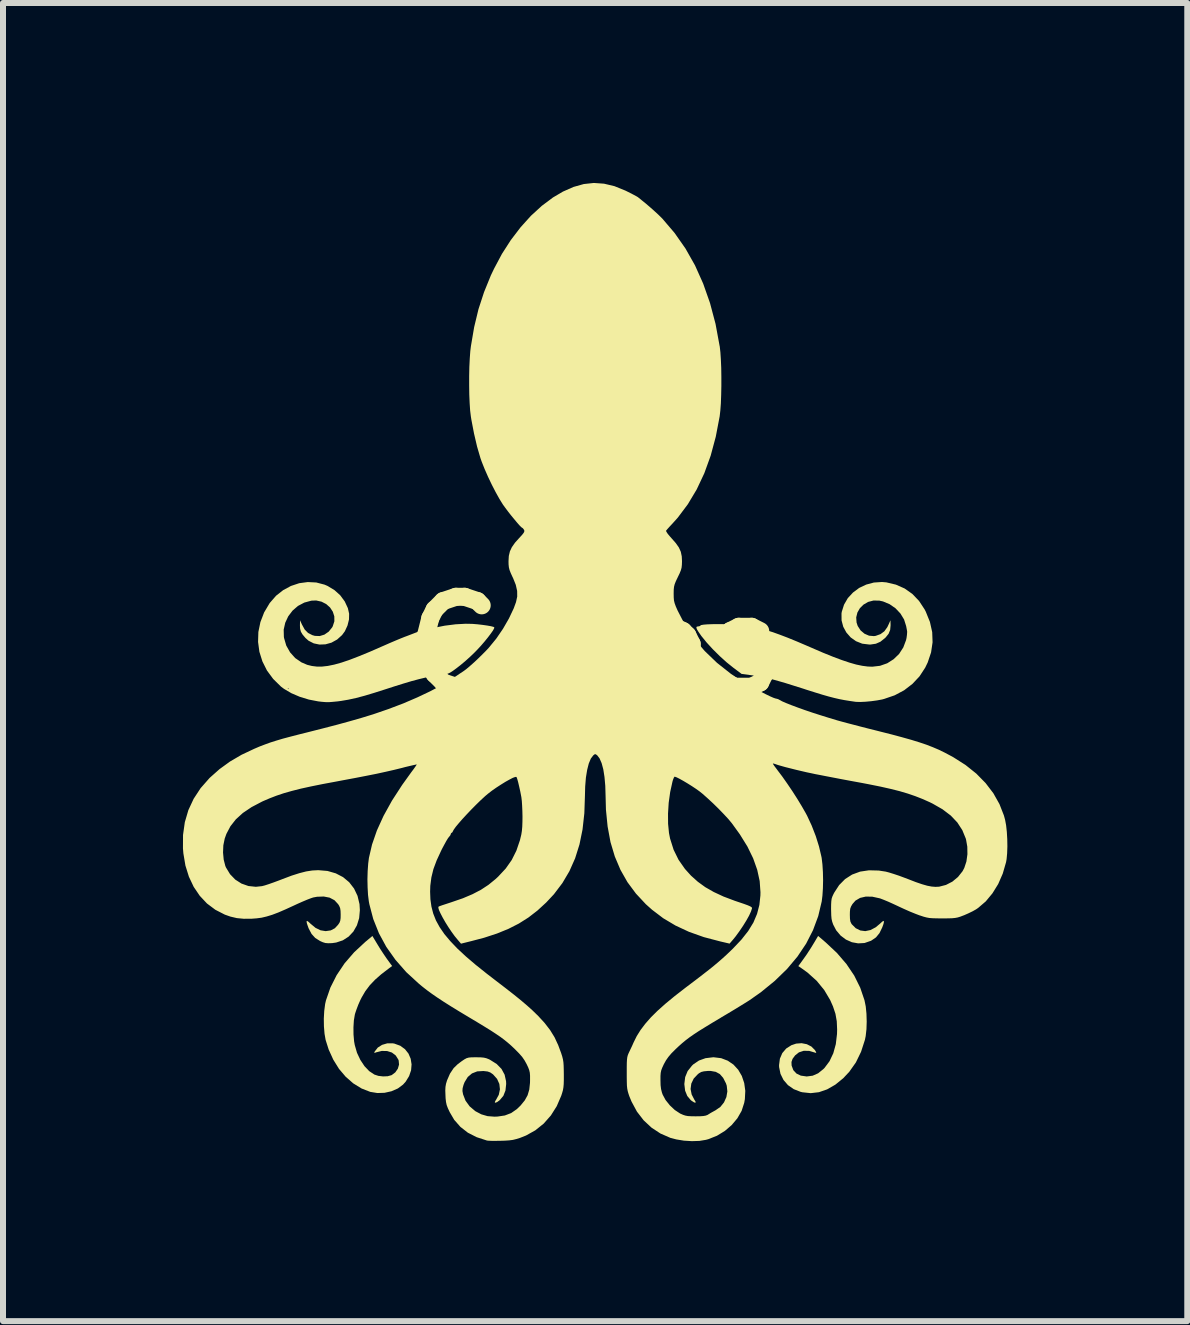
<source format=kicad_pcb>
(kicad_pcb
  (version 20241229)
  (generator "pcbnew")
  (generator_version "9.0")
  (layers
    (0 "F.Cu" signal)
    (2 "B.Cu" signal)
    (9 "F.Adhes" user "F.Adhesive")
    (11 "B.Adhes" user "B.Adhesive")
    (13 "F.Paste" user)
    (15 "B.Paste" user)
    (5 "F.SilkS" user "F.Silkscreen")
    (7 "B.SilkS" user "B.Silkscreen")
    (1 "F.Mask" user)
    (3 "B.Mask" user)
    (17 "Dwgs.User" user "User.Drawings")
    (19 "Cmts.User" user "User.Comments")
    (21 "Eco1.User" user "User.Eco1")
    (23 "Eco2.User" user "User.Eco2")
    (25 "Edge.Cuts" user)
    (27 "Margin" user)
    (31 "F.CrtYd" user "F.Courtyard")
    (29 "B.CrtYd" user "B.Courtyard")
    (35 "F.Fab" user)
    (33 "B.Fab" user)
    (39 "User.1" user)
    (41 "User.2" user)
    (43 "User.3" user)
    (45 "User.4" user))
  (footprint "Cetos"
    (layer "F.Cu")
    (at 6.873 7.72)
    (property "Reference" "Cetos" (at 0 0 0) (layer "F.SilkS") (effects (font (size 1.5 1.5) (thickness 0.3))))
    (attr board_only exclude_from_pos_files exclude_from_bom)
    (fp_poly (pts (xy 3.839 4.938) (xy 4.028 5.115) (xy 4.187 5.3) (xy 4.317 5.493) (xy 4.417 5.695) (xy 4.488 5.904) (xy 4.509 6.007) (xy 4.521 6.129) (xy 4.525 6.259) (xy 4.521 6.387) (xy 4.508 6.502) (xy 4.495 6.565) (xy 4.431 6.763) (xy 4.345 6.94) (xy 4.236 7.095) (xy 4.134 7.204) (xy 4.001 7.312) (xy 3.865 7.39) (xy 3.729 7.437) (xy 3.591 7.453) (xy 3.452 7.438) (xy 3.423 7.431) (xy 3.308 7.386) (xy 3.212 7.319) (xy 3.138 7.233) (xy 3.088 7.132) (xy 3.065 7.019) (xy 3.064 6.986) (xy 3.078 6.878) (xy 3.118 6.785) (xy 3.183 6.709) (xy 3.269 6.654) (xy 3.349 6.627) (xy 3.44 6.62) (xy 3.527 6.637) (xy 3.603 6.676) (xy 3.661 6.734) (xy 3.675 6.757) (xy 3.685 6.779) (xy 3.674 6.781) (xy 3.663 6.777) (xy 3.565 6.748) (xy 3.474 6.747) (xy 3.395 6.773) (xy 3.331 6.824) (xy 3.289 6.881) (xy 3.271 6.933) (xy 3.273 6.991) (xy 3.274 6.995) (xy 3.302 7.07) (xy 3.354 7.126) (xy 3.427 7.161) (xy 3.519 7.174) (xy 3.524 7.175) (xy 3.624 7.162) (xy 3.715 7.122) (xy 3.801 7.053) (xy 3.822 7.032) (xy 3.905 6.921) (xy 3.968 6.788) (xy 4.01 6.636) (xy 4.03 6.467) (xy 4.032 6.393) (xy 4.026 6.255) (xy 4.004 6.13) (xy 3.963 6.007) (xy 3.916 5.901) (xy 3.817 5.734) (xy 3.691 5.58) (xy 3.536 5.441) (xy 3.423 5.36) (xy 3.385 5.335) (xy 3.447 5.25) (xy 3.523 5.143) (xy 3.596 5.031) (xy 3.658 4.929) (xy 3.715 4.832)) (stroke (width 0) (type solid)) (fill yes) (layer "F.SilkS"))
    (fp_poly (pts (xy -3.629 4.976) (xy -3.583 5.051) (xy -3.531 5.13) (xy -3.483 5.201) (xy -3.465 5.226) (xy -3.386 5.334) (xy -3.432 5.367) (xy -3.564 5.468) (xy -3.672 5.563) (xy -3.76 5.656) (xy -3.833 5.753) (xy -3.895 5.859) (xy -3.916 5.901) (xy -3.949 5.975) (xy -3.979 6.054) (xy -4.002 6.122) (xy -4.008 6.144) (xy -4.024 6.24) (xy -4.031 6.355) (xy -4.03 6.475) (xy -4.02 6.59) (xy -4.009 6.651) (xy -3.972 6.78) (xy -3.916 6.899) (xy -3.847 7.003) (xy -3.768 7.086) (xy -3.682 7.143) (xy -3.615 7.165) (xy -3.537 7.174) (xy -3.461 7.171) (xy -3.399 7.154) (xy -3.392 7.151) (xy -3.333 7.106) (xy -3.291 7.045) (xy -3.271 6.977) (xy -3.277 6.91) (xy -3.282 6.895) (xy -3.326 6.825) (xy -3.39 6.776) (xy -3.469 6.751) (xy -3.559 6.749) (xy -3.654 6.773) (xy -3.663 6.777) (xy -3.683 6.782) (xy -3.682 6.769) (xy -3.675 6.757) (xy -3.625 6.693) (xy -3.554 6.648) (xy -3.469 6.623) (xy -3.378 6.622) (xy -3.349 6.627) (xy -3.25 6.663) (xy -3.172 6.72) (xy -3.114 6.793) (xy -3.077 6.879) (xy -3.062 6.973) (xy -3.07 7.071) (xy -3.103 7.168) (xy -3.16 7.261) (xy -3.205 7.311) (xy -3.291 7.375) (xy -3.396 7.421) (xy -3.512 7.447) (xy -3.632 7.451) (xy -3.748 7.432) (xy -3.75 7.432) (xy -3.896 7.375) (xy -4.034 7.29) (xy -4.16 7.18) (xy -4.272 7.048) (xy -4.367 6.895) (xy -4.444 6.726) (xy -4.495 6.565) (xy -4.513 6.463) (xy -4.523 6.341) (xy -4.525 6.211) (xy -4.518 6.083) (xy -4.503 5.967) (xy -4.489 5.906) (xy -4.415 5.692) (xy -4.311 5.486) (xy -4.179 5.289) (xy -4.019 5.104) (xy -3.832 4.93) (xy -3.823 4.923) (xy -3.715 4.833)) (stroke (width 0) (type solid)) (fill yes) (layer "F.SilkS"))
    (fp_poly (pts (xy 4.852 -1.062) (xy 5.012 -1.024) (xy 5.157 -0.96) (xy 5.286 -0.869) (xy 5.397 -0.753) (xy 5.49 -0.612) (xy 5.51 -0.573) (xy 5.579 -0.402) (xy 5.617 -0.232) (xy 5.623 -0.063) (xy 5.598 0.106) (xy 5.542 0.273) (xy 5.5 0.36) (xy 5.406 0.504) (xy 5.288 0.63) (xy 5.149 0.737) (xy 4.991 0.821) (xy 4.816 0.881) (xy 4.783 0.89) (xy 4.697 0.906) (xy 4.601 0.919) (xy 4.504 0.928) (xy 4.416 0.932) (xy 4.347 0.93) (xy 4.338 0.929) (xy 4.242 0.915) (xy 4.155 0.901) (xy 4.071 0.885) (xy 3.985 0.865) (xy 3.892 0.841) (xy 3.787 0.811) (xy 3.664 0.773) (xy 3.518 0.727) (xy 3.47 0.711) (xy 3.308 0.66) (xy 3.171 0.617) (xy 3.054 0.583) (xy 2.953 0.555) (xy 2.863 0.533) (xy 2.778 0.515) (xy 2.696 0.5) (xy 2.622 0.489) (xy 2.439 0.464) (xy 2.302 0.361) (xy 2.191 0.272) (xy 2.075 0.167) (xy 1.961 0.054) (xy 1.857 -0.059) (xy 1.772 -0.164) (xy 1.768 -0.169) (xy 1.722 -0.235) (xy 1.694 -0.281) (xy 1.685 -0.309) (xy 1.693 -0.324) (xy 1.718 -0.328) (xy 1.72 -0.328) (xy 1.745 -0.334) (xy 1.751 -0.341) (xy 1.765 -0.35) (xy 1.807 -0.357) (xy 1.869 -0.362) (xy 1.949 -0.365) (xy 2.04 -0.366) (xy 2.138 -0.365) (xy 2.238 -0.362) (xy 2.336 -0.357) (xy 2.426 -0.351) (xy 2.504 -0.342) (xy 2.54 -0.336) (xy 2.646 -0.316) (xy 2.749 -0.293) (xy 2.852 -0.265) (xy 2.961 -0.231) (xy 3.078 -0.189) (xy 3.209 -0.139) (xy 3.358 -0.078) (xy 3.529 -0.005) (xy 3.603 0.027) (xy 3.795 0.11) (xy 3.963 0.178) (xy 4.11 0.233) (xy 4.238 0.276) (xy 4.35 0.308) (xy 4.451 0.329) (xy 4.542 0.341) (xy 4.618 0.344) (xy 4.747 0.329) (xy 4.867 0.287) (xy 4.974 0.219) (xy 5.065 0.131) (xy 5.135 0.023) (xy 5.181 -0.099) (xy 5.189 -0.135) (xy 5.196 -0.187) (xy 5.199 -0.23) (xy 5.199 -0.245) (xy 5.193 -0.279) (xy 5.184 -0.326) (xy 5.182 -0.335) (xy 5.148 -0.443) (xy 5.087 -0.543) (xy 5.005 -0.63) (xy 4.907 -0.698) (xy 4.797 -0.744) (xy 4.734 -0.758) (xy 4.637 -0.759) (xy 4.549 -0.736) (xy 4.473 -0.692) (xy 4.412 -0.632) (xy 4.37 -0.559) (xy 4.35 -0.478) (xy 4.356 -0.392) (xy 4.375 -0.335) (xy 4.423 -0.261) (xy 4.488 -0.206) (xy 4.564 -0.173) (xy 4.645 -0.166) (xy 4.674 -0.17) (xy 4.755 -0.199) (xy 4.819 -0.246) (xy 4.869 -0.316) (xy 4.89 -0.36) (xy 4.921 -0.43) (xy 4.923 -0.347) (xy 4.916 -0.269) (xy 4.89 -0.205) (xy 4.841 -0.144) (xy 4.827 -0.131) (xy 4.753 -0.072) (xy 4.678 -0.039) (xy 4.591 -0.026) (xy 4.564 -0.026) (xy 4.45 -0.04) (xy 4.347 -0.081) (xy 4.258 -0.144) (xy 4.186 -0.226) (xy 4.134 -0.322) (xy 4.106 -0.428) (xy 4.105 -0.542) (xy 4.109 -0.57) (xy 4.147 -0.69) (xy 4.21 -0.799) (xy 4.296 -0.892) (xy 4.399 -0.969) (xy 4.517 -1.025) (xy 4.644 -1.059) (xy 4.779 -1.068)) (stroke (width 0) (type solid)) (fill yes) (layer "F.SilkS"))
    (fp_poly (pts (xy -4.651 -1.06) (xy -4.513 -1.024) (xy -4.462 -1.002) (xy -4.349 -0.934) (xy -4.252 -0.847) (xy -4.176 -0.744) (xy -4.124 -0.632) (xy -4.103 -0.539) (xy -4.105 -0.444) (xy -4.13 -0.343) (xy -4.174 -0.247) (xy -4.221 -0.183) (xy -4.303 -0.109) (xy -4.397 -0.057) (xy -4.497 -0.029) (xy -4.597 -0.025) (xy -4.693 -0.045) (xy -4.779 -0.089) (xy -4.831 -0.135) (xy -4.879 -0.192) (xy -4.907 -0.239) (xy -4.92 -0.287) (xy -4.923 -0.343) (xy -4.921 -0.43) (xy -4.89 -0.36) (xy -4.844 -0.276) (xy -4.788 -0.219) (xy -4.716 -0.182) (xy -4.674 -0.17) (xy -4.593 -0.167) (xy -4.515 -0.191) (xy -4.444 -0.24) (xy -4.387 -0.31) (xy -4.376 -0.33) (xy -4.349 -0.413) (xy -4.35 -0.495) (xy -4.375 -0.573) (xy -4.421 -0.643) (xy -4.485 -0.7) (xy -4.563 -0.74) (xy -4.652 -0.76) (xy -4.732 -0.757) (xy -4.85 -0.725) (xy -4.956 -0.669) (xy -5.046 -0.591) (xy -5.118 -0.496) (xy -5.168 -0.389) (xy -5.194 -0.274) (xy -5.191 -0.154) (xy -5.188 -0.135) (xy -5.151 -0.008) (xy -5.087 0.105) (xy -5.002 0.2) (xy -4.897 0.272) (xy -4.801 0.313) (xy -4.723 0.332) (xy -4.642 0.342) (xy -4.555 0.342) (xy -4.458 0.331) (xy -4.351 0.309) (xy -4.229 0.275) (xy -4.091 0.228) (xy -3.933 0.167) (xy -3.753 0.093) (xy -3.55 0.004) (xy -3.529 -0.005) (xy -3.436 -0.046) (xy -3.34 -0.087) (xy -3.249 -0.125) (xy -3.174 -0.155) (xy -3.154 -0.162) (xy -3.086 -0.188) (xy -3.024 -0.212) (xy -2.977 -0.23) (xy -2.962 -0.236) (xy -2.922 -0.251) (xy -2.892 -0.26) (xy -2.868 -0.264) (xy -2.82 -0.275) (xy -2.757 -0.289) (xy -2.696 -0.303) (xy -2.508 -0.34) (xy -2.327 -0.363) (xy -2.16 -0.372) (xy -2.051 -0.37) (xy -1.964 -0.363) (xy -1.878 -0.353) (xy -1.801 -0.342) (xy -1.739 -0.331) (xy -1.697 -0.32) (xy -1.683 -0.313) (xy -1.686 -0.295) (xy -1.706 -0.258) (xy -1.742 -0.207) (xy -1.789 -0.145) (xy -1.845 -0.076) (xy -1.906 -0.005) (xy -1.97 0.064) (xy -2.015 0.11) (xy -2.087 0.179) (xy -2.167 0.251) (xy -2.246 0.317) (xy -2.305 0.363) (xy -2.37 0.411) (xy -2.418 0.442) (xy -2.458 0.461) (xy -2.496 0.472) (xy -2.531 0.477) (xy -2.633 0.49) (xy -2.732 0.506) (xy -2.833 0.526) (xy -2.941 0.552) (xy -3.061 0.584) (xy -3.198 0.625) (xy -3.355 0.674) (xy -3.494 0.719) (xy -3.682 0.779) (xy -3.845 0.828) (xy -3.989 0.866) (xy -4.117 0.894) (xy -4.234 0.914) (xy -4.293 0.922) (xy -4.376 0.93) (xy -4.44 0.935) (xy -4.498 0.934) (xy -4.56 0.929) (xy -4.619 0.922) (xy -4.774 0.892) (xy -4.925 0.846) (xy -5.065 0.786) (xy -5.186 0.715) (xy -5.192 0.711) (xy -5.127 0.711) (xy -5.119 0.719) (xy -5.111 0.711) (xy -5.119 0.703) (xy -5.127 0.711) (xy -5.192 0.711) (xy -5.24 0.675) (xy -5.369 0.548) (xy -5.473 0.407) (xy -5.549 0.255) (xy -5.599 0.095) (xy -5.621 -0.069) (xy -5.616 -0.235) (xy -5.582 -0.4) (xy -5.52 -0.561) (xy -5.429 -0.714) (xy -5.422 -0.723) (xy -5.321 -0.839) (xy -5.203 -0.932) (xy -5.073 -1.002) (xy -4.935 -1.048) (xy -4.793 -1.067)) (stroke (width 0) (type solid)) (fill yes) (layer "F.SilkS"))
    (fp_poly (pts (xy 0.146 -7.708) (xy 0.319 -7.667) (xy 0.497 -7.595) (xy 0.512 -7.588) (xy 0.582 -7.553) (xy 0.644 -7.521) (xy 0.69 -7.496) (xy 0.715 -7.481) (xy 0.715 -7.48) (xy 0.845 -7.375) (xy 0.957 -7.278) (xy 1.05 -7.193) (xy 1.118 -7.126) (xy 1.322 -6.887) (xy 1.504 -6.627) (xy 1.663 -6.346) (xy 1.799 -6.042) (xy 1.913 -5.718) (xy 2.005 -5.371) (xy 2.073 -5.003) (xy 2.075 -4.996) (xy 2.086 -4.898) (xy 2.094 -4.776) (xy 2.1 -4.637) (xy 2.102 -4.488) (xy 2.102 -4.335) (xy 2.099 -4.186) (xy 2.094 -4.047) (xy 2.085 -3.926) (xy 2.074 -3.83) (xy 2.009 -3.49) (xy 1.924 -3.174) (xy 1.818 -2.881) (xy 1.691 -2.611) (xy 1.543 -2.364) (xy 1.375 -2.14) (xy 1.286 -2.041) (xy 1.242 -1.994) (xy 1.206 -1.954) (xy 1.184 -1.928) (xy 1.18 -1.922) (xy 1.186 -1.905) (xy 1.209 -1.87) (xy 1.246 -1.826) (xy 1.27 -1.799) (xy 1.343 -1.716) (xy 1.394 -1.643) (xy 1.426 -1.572) (xy 1.442 -1.495) (xy 1.446 -1.415) (xy 1.444 -1.354) (xy 1.439 -1.307) (xy 1.427 -1.263) (xy 1.406 -1.211) (xy 1.376 -1.149) (xy 1.344 -1.082) (xy 1.324 -1.032) (xy 1.313 -0.988) (xy 1.308 -0.94) (xy 1.307 -0.878) (xy 1.307 -0.875) (xy 1.308 -0.811) (xy 1.312 -0.761) (xy 1.323 -0.715) (xy 1.343 -0.66) (xy 1.371 -0.596) (xy 1.495 -0.355) (xy 1.645 -0.129) (xy 1.824 0.082) (xy 2.03 0.28) (xy 2.263 0.464) (xy 2.445 0.585) (xy 2.514 0.627) (xy 2.594 0.672) (xy 2.679 0.719) (xy 2.764 0.763) (xy 2.845 0.804) (xy 2.915 0.838) (xy 2.97 0.862) (xy 3.005 0.874) (xy 3.012 0.875) (xy 3.047 0.884) (xy 3.073 0.898) (xy 3.113 0.92) (xy 3.179 0.949) (xy 3.267 0.984) (xy 3.374 1.024) (xy 3.494 1.067) (xy 3.624 1.111) (xy 3.761 1.155) (xy 3.899 1.198) (xy 4.035 1.239) (xy 4.046 1.242) (xy 4.111 1.26) (xy 4.2 1.284) (xy 4.308 1.312) (xy 4.43 1.344) (xy 4.559 1.377) (xy 4.691 1.41) (xy 4.738 1.422) (xy 4.94 1.473) (xy 5.115 1.52) (xy 5.268 1.563) (xy 5.401 1.604) (xy 5.52 1.644) (xy 5.628 1.686) (xy 5.729 1.729) (xy 5.827 1.777) (xy 5.925 1.829) (xy 5.969 1.853) (xy 6.172 1.982) (xy 6.352 2.126) (xy 6.507 2.284) (xy 6.636 2.453) (xy 6.738 2.634) (xy 6.812 2.823) (xy 6.832 2.896) (xy 6.849 2.988) (xy 6.861 3.098) (xy 6.868 3.219) (xy 6.87 3.341) (xy 6.866 3.455) (xy 6.857 3.553) (xy 6.848 3.603) (xy 6.793 3.793) (xy 6.717 3.967) (xy 6.621 4.122) (xy 6.51 4.256) (xy 6.383 4.365) (xy 6.348 4.389) (xy 6.291 4.421) (xy 6.219 4.456) (xy 6.146 4.488) (xy 6.137 4.491) (xy 6.085 4.511) (xy 6.042 4.524) (xy 6 4.532) (xy 5.951 4.537) (xy 5.887 4.539) (xy 5.802 4.54) (xy 5.783 4.54) (xy 5.692 4.539) (xy 5.624 4.537) (xy 5.57 4.533) (xy 5.522 4.524) (xy 5.473 4.511) (xy 5.413 4.491) (xy 5.408 4.49) (xy 5.337 4.463) (xy 5.248 4.427) (xy 5.153 4.385) (xy 5.062 4.343) (xy 5.052 4.338) (xy 4.968 4.299) (xy 4.884 4.261) (xy 4.809 4.23) (xy 4.752 4.208) (xy 4.742 4.205) (xy 4.619 4.178) (xy 4.51 4.176) (xy 4.415 4.198) (xy 4.338 4.243) (xy 4.288 4.3) (xy 4.264 4.341) (xy 4.25 4.379) (xy 4.245 4.428) (xy 4.244 4.48) (xy 4.246 4.546) (xy 4.253 4.592) (xy 4.269 4.626) (xy 4.276 4.637) (xy 4.342 4.703) (xy 4.418 4.741) (xy 4.501 4.752) (xy 4.588 4.734) (xy 4.675 4.688) (xy 4.748 4.627) (xy 4.786 4.592) (xy 4.807 4.581) (xy 4.813 4.595) (xy 4.804 4.635) (xy 4.784 4.69) (xy 4.738 4.785) (xy 4.68 4.856) (xy 4.603 4.909) (xy 4.593 4.914) (xy 4.489 4.95) (xy 4.383 4.956) (xy 4.278 4.937) (xy 4.179 4.893) (xy 4.09 4.826) (xy 4.016 4.738) (xy 3.967 4.644) (xy 3.95 4.596) (xy 3.939 4.548) (xy 3.934 4.491) (xy 3.932 4.414) (xy 3.931 4.384) (xy 3.932 4.306) (xy 3.935 4.252) (xy 3.941 4.21) (xy 3.953 4.174) (xy 3.972 4.133) (xy 3.984 4.11) (xy 4.066 3.984) (xy 4.165 3.884) (xy 4.282 3.809) (xy 4.415 3.76) (xy 4.563 3.738) (xy 4.725 3.742) (xy 4.842 3.76) (xy 4.899 3.775) (xy 4.976 3.799) (xy 5.066 3.829) (xy 5.16 3.864) (xy 5.213 3.884) (xy 5.342 3.934) (xy 5.447 3.97) (xy 5.534 3.995) (xy 5.608 4.009) (xy 5.672 4.014) (xy 5.733 4.011) (xy 5.846 3.982) (xy 5.953 3.927) (xy 6.047 3.849) (xy 6.123 3.753) (xy 6.152 3.698) (xy 6.187 3.592) (xy 6.204 3.47) (xy 6.202 3.344) (xy 6.181 3.225) (xy 6.177 3.21) (xy 6.119 3.069) (xy 6.036 2.941) (xy 5.927 2.826) (xy 5.789 2.721) (xy 5.623 2.626) (xy 5.574 2.602) (xy 5.455 2.549) (xy 5.335 2.502) (xy 5.21 2.459) (xy 5.075 2.419) (xy 4.924 2.381) (xy 4.755 2.343) (xy 4.561 2.304) (xy 4.447 2.282) (xy 4.261 2.248) (xy 4.101 2.218) (xy 3.966 2.192) (xy 3.851 2.17) (xy 3.754 2.151) (xy 3.67 2.135) (xy 3.596 2.119) (xy 3.528 2.105) (xy 3.464 2.09) (xy 3.4 2.075) (xy 3.345 2.062) (xy 3.254 2.039) (xy 3.17 2.018) (xy 3.099 1.998) (xy 3.047 1.983) (xy 3.027 1.976) (xy 2.988 1.963) (xy 2.964 1.957) (xy 2.961 1.958) (xy 2.967 1.972) (xy 2.989 2.004) (xy 3.023 2.049) (xy 3.04 2.072) (xy 3.117 2.174) (xy 3.2 2.292) (xy 3.286 2.419) (xy 3.368 2.547) (xy 3.442 2.669) (xy 3.504 2.777) (xy 3.531 2.827) (xy 3.608 2.993) (xy 3.676 3.168) (xy 3.73 3.341) (xy 3.768 3.502) (xy 3.774 3.531) (xy 3.787 3.64) (xy 3.795 3.767) (xy 3.798 3.903) (xy 3.795 4.038) (xy 3.787 4.161) (xy 3.775 4.257) (xy 3.717 4.502) (xy 3.63 4.736) (xy 3.515 4.961) (xy 3.37 5.177) (xy 3.196 5.384) (xy 2.992 5.582) (xy 2.759 5.772) (xy 2.571 5.904) (xy 2.533 5.928) (xy 2.472 5.966) (xy 2.394 6.014) (xy 2.302 6.07) (xy 2.202 6.13) (xy 2.097 6.192) (xy 2.095 6.194) (xy 1.949 6.281) (xy 1.828 6.355) (xy 1.726 6.418) (xy 1.641 6.474) (xy 1.568 6.525) (xy 1.505 6.573) (xy 1.446 6.622) (xy 1.39 6.672) (xy 1.34 6.719) (xy 1.27 6.789) (xy 1.219 6.849) (xy 1.179 6.906) (xy 1.144 6.969) (xy 1.117 7.027) (xy 1.1 7.072) (xy 1.091 7.115) (xy 1.087 7.168) (xy 1.087 7.236) (xy 1.089 7.32) (xy 1.097 7.385) (xy 1.111 7.441) (xy 1.123 7.476) (xy 1.172 7.567) (xy 1.243 7.656) (xy 1.326 7.734) (xy 1.414 7.792) (xy 1.418 7.794) (xy 1.463 7.814) (xy 1.502 7.827) (xy 1.545 7.835) (xy 1.602 7.838) (xy 1.672 7.839) (xy 1.75 7.838) (xy 1.804 7.834) (xy 1.842 7.827) (xy 1.871 7.816) (xy 1.884 7.808) (xy 1.926 7.782) (xy 1.98 7.752) (xy 2.004 7.739) (xy 2.085 7.683) (xy 2.146 7.607) (xy 2.186 7.518) (xy 2.202 7.424) (xy 2.192 7.329) (xy 2.179 7.29) (xy 2.132 7.198) (xy 2.077 7.135) (xy 2.009 7.098) (xy 1.926 7.083) (xy 1.874 7.083) (xy 1.811 7.089) (xy 1.767 7.1) (xy 1.73 7.121) (xy 1.71 7.137) (xy 1.641 7.21) (xy 1.601 7.294) (xy 1.589 7.384) (xy 1.607 7.475) (xy 1.653 7.564) (xy 1.656 7.568) (xy 1.674 7.599) (xy 1.67 7.613) (xy 1.648 7.607) (xy 1.61 7.583) (xy 1.593 7.57) (xy 1.534 7.5) (xy 1.498 7.412) (xy 1.485 7.303) (xy 1.485 7.3) (xy 1.499 7.185) (xy 1.54 7.085) (xy 1.611 6.996) (xy 1.632 6.975) (xy 1.729 6.909) (xy 1.838 6.87) (xy 1.963 6.855) (xy 1.977 6.855) (xy 2.099 6.87) (xy 2.209 6.912) (xy 2.304 6.977) (xy 2.383 7.063) (xy 2.443 7.166) (xy 2.483 7.284) (xy 2.501 7.414) (xy 2.494 7.553) (xy 2.483 7.615) (xy 2.44 7.748) (xy 2.369 7.872) (xy 2.274 7.985) (xy 2.16 8.083) (xy 2.029 8.163) (xy 1.885 8.22) (xy 1.845 8.231) (xy 1.736 8.249) (xy 1.611 8.253) (xy 1.479 8.245) (xy 1.351 8.224) (xy 1.252 8.198) (xy 1.087 8.126) (xy 0.938 8.028) (xy 0.807 7.906) (xy 0.695 7.761) (xy 0.605 7.594) (xy 0.567 7.502) (xy 0.552 7.457) (xy 0.541 7.418) (xy 0.533 7.377) (xy 0.528 7.329) (xy 0.526 7.266) (xy 0.525 7.183) (xy 0.525 7.119) (xy 0.525 7.019) (xy 0.526 6.946) (xy 0.529 6.892) (xy 0.534 6.853) (xy 0.542 6.822) (xy 0.553 6.794) (xy 0.558 6.783) (xy 0.582 6.732) (xy 0.613 6.667) (xy 0.64 6.606) (xy 0.692 6.501) (xy 0.756 6.399) (xy 0.834 6.296) (xy 0.927 6.19) (xy 1.038 6.08) (xy 1.17 5.962) (xy 1.324 5.835) (xy 1.503 5.696) (xy 1.536 5.671) (xy 1.675 5.566) (xy 1.792 5.476) (xy 1.892 5.398) (xy 1.978 5.329) (xy 2.054 5.265) (xy 2.124 5.204) (xy 2.192 5.142) (xy 2.261 5.076) (xy 2.295 5.043) (xy 2.436 4.894) (xy 2.549 4.751) (xy 2.636 4.609) (xy 2.697 4.465) (xy 2.736 4.315) (xy 2.753 4.157) (xy 2.754 4.103) (xy 2.741 3.918) (xy 2.7 3.73) (xy 2.632 3.538) (xy 2.536 3.341) (xy 2.41 3.138) (xy 2.277 2.954) (xy 2.219 2.884) (xy 2.142 2.801) (xy 2.055 2.711) (xy 1.962 2.62) (xy 1.871 2.536) (xy 1.789 2.463) (xy 1.735 2.42) (xy 1.676 2.378) (xy 1.608 2.333) (xy 1.536 2.288) (xy 1.467 2.247) (xy 1.406 2.213) (xy 1.358 2.189) (xy 1.328 2.178) (xy 1.322 2.177) (xy 1.31 2.194) (xy 1.295 2.232) (xy 1.287 2.26) (xy 1.249 2.433) (xy 1.224 2.613) (xy 1.213 2.791) (xy 1.214 2.962) (xy 1.229 3.116) (xy 1.247 3.208) (xy 1.306 3.395) (xy 1.388 3.562) (xy 1.495 3.715) (xy 1.596 3.827) (xy 1.71 3.929) (xy 1.834 4.019) (xy 1.976 4.1) (xy 2.137 4.175) (xy 2.325 4.246) (xy 2.387 4.267) (xy 2.476 4.297) (xy 2.539 4.32) (xy 2.581 4.338) (xy 2.604 4.352) (xy 2.613 4.364) (xy 2.613 4.372) (xy 2.596 4.424) (xy 2.564 4.494) (xy 2.518 4.576) (xy 2.463 4.665) (xy 2.402 4.755) (xy 2.34 4.84) (xy 2.292 4.899) (xy 2.239 4.96) (xy 2.085 4.924) (xy 1.811 4.852) (xy 1.563 4.764) (xy 1.338 4.659) (xy 1.133 4.537) (xy 0.946 4.395) (xy 0.843 4.303) (xy 0.678 4.126) (xy 0.537 3.936) (xy 0.42 3.73) (xy 0.326 3.508) (xy 0.254 3.268) (xy 0.206 3.008) (xy 0.178 2.727) (xy 0.172 2.493) (xy 0.167 2.33) (xy 0.154 2.183) (xy 0.134 2.055) (xy 0.106 1.951) (xy 0.071 1.871) (xy 0.033 1.822) (xy 0.008 1.803) (xy -0.01 1.804) (xy -0.033 1.822) (xy -0.074 1.876) (xy -0.108 1.958) (xy -0.135 2.064) (xy -0.156 2.193) (xy -0.168 2.341) (xy -0.172 2.493) (xy -0.182 2.787) (xy -0.212 3.057) (xy -0.263 3.307) (xy -0.336 3.539) (xy -0.431 3.753) (xy -0.548 3.951) (xy -0.689 4.137) (xy -0.818 4.275) (xy -0.964 4.409) (xy -1.114 4.525) (xy -1.274 4.626) (xy -1.447 4.714) (xy -1.638 4.792) (xy -1.852 4.862) (xy -2.061 4.917) (xy -2.238 4.961) (xy -2.291 4.899) (xy -2.343 4.836) (xy -2.396 4.763) (xy -2.449 4.684) (xy -2.499 4.604) (xy -2.543 4.527) (xy -2.579 4.458) (xy -2.605 4.401) (xy -2.616 4.362) (xy -2.613 4.344) (xy -2.595 4.336) (xy -2.553 4.321) (xy -2.492 4.301) (xy -2.419 4.277) (xy -2.392 4.268) (xy -2.206 4.204) (xy -2.046 4.136) (xy -1.906 4.063) (xy -1.78 3.98) (xy -1.662 3.884) (xy -1.619 3.844) (xy -1.493 3.709) (xy -1.393 3.567) (xy -1.315 3.411) (xy -1.255 3.235) (xy -1.249 3.209) (xy -1.233 3.143) (xy -1.223 3.08) (xy -1.217 3.012) (xy -1.214 2.928) (xy -1.213 2.845) (xy -1.215 2.753) (xy -1.219 2.663) (xy -1.224 2.584) (xy -1.231 2.525) (xy -1.232 2.517) (xy -1.25 2.424) (xy -1.269 2.339) (xy -1.286 2.267) (xy -1.301 2.214) (xy -1.312 2.185) (xy -1.314 2.182) (xy -1.334 2.182) (xy -1.375 2.197) (xy -1.431 2.226) (xy -1.499 2.264) (xy -1.573 2.31) (xy -1.65 2.36) (xy -1.723 2.411) (xy -1.789 2.462) (xy -1.834 2.5) (xy -1.91 2.57) (xy -1.989 2.647) (xy -2.068 2.727) (xy -2.145 2.808) (xy -2.216 2.885) (xy -2.277 2.955) (xy -2.327 3.015) (xy -2.36 3.062) (xy -2.375 3.09) (xy -2.376 3.094) (xy -2.387 3.11) (xy -2.392 3.111) (xy -2.406 3.123) (xy -2.407 3.132) (xy -2.418 3.157) (xy -2.437 3.18) (xy -2.455 3.203) (xy -2.483 3.249) (xy -2.517 3.311) (xy -2.556 3.384) (xy -2.57 3.413) (xy -2.644 3.573) (xy -2.698 3.718) (xy -2.732 3.857) (xy -2.75 3.996) (xy -2.753 4.095) (xy -2.748 4.222) (xy -2.731 4.343) (xy -2.701 4.459) (xy -2.656 4.573) (xy -2.594 4.686) (xy -2.516 4.8) (xy -2.417 4.918) (xy -2.299 5.042) (xy -2.158 5.173) (xy -1.994 5.313) (xy -1.805 5.464) (xy -1.649 5.584) (xy -1.49 5.706) (xy -1.353 5.813) (xy -1.237 5.907) (xy -1.136 5.993) (xy -1.049 6.071) (xy -0.972 6.146) (xy -0.957 6.16) (xy -0.844 6.283) (xy -0.753 6.401) (xy -0.679 6.521) (xy -0.618 6.652) (xy -0.569 6.784) (xy -0.551 6.84) (xy -0.539 6.888) (xy -0.531 6.937) (xy -0.527 6.995) (xy -0.525 7.069) (xy -0.524 7.143) (xy -0.524 7.235) (xy -0.526 7.304) (xy -0.531 7.358) (xy -0.539 7.404) (xy -0.552 7.45) (xy -0.567 7.496) (xy -0.642 7.67) (xy -0.74 7.825) (xy -0.859 7.96) (xy -0.998 8.072) (xy -1.154 8.159) (xy -1.252 8.198) (xy -1.316 8.218) (xy -1.373 8.232) (xy -1.434 8.24) (xy -1.508 8.245) (xy -1.579 8.247) (xy -1.656 8.248) (xy -1.725 8.248) (xy -1.777 8.246) (xy -1.805 8.243) (xy -1.805 8.243) (xy -1.977 8.187) (xy -2.124 8.112) (xy -2.248 8.015) (xy -2.351 7.898) (xy -2.426 7.77) (xy -2.457 7.704) (xy -2.477 7.651) (xy -2.488 7.6) (xy -2.495 7.538) (xy -2.497 7.489) (xy -2.5 7.409) (xy -2.497 7.349) (xy -2.488 7.297) (xy -2.471 7.241) (xy -2.47 7.238) (xy -2.422 7.128) (xy -2.361 7.036) (xy -2.293 6.97) (xy -2.229 6.922) (xy -2.182 6.89) (xy -2.145 6.87) (xy -2.109 6.86) (xy -2.067 6.856) (xy -2.01 6.855) (xy -1.985 6.855) (xy -1.911 6.856) (xy -1.857 6.861) (xy -1.815 6.871) (xy -1.772 6.888) (xy -1.751 6.899) (xy -1.643 6.967) (xy -1.563 7.049) (xy -1.511 7.145) (xy -1.487 7.254) (xy -1.485 7.3) (xy -1.497 7.409) (xy -1.532 7.498) (xy -1.591 7.568) (xy -1.593 7.57) (xy -1.635 7.601) (xy -1.664 7.613) (xy -1.675 7.606) (xy -1.666 7.582) (xy -1.656 7.568) (xy -1.608 7.48) (xy -1.589 7.389) (xy -1.599 7.299) (xy -1.637 7.215) (xy -1.702 7.142) (xy -1.708 7.137) (xy -1.75 7.108) (xy -1.794 7.092) (xy -1.854 7.085) (xy -1.866 7.084) (xy -1.968 7.09) (xy -2.055 7.124) (xy -2.125 7.183) (xy -2.178 7.269) (xy -2.196 7.315) (xy -2.211 7.371) (xy -2.214 7.417) (xy -2.204 7.471) (xy -2.204 7.472) (xy -2.163 7.578) (xy -2.094 7.673) (xy -2.003 7.75) (xy -1.998 7.754) (xy -1.899 7.806) (xy -1.796 7.836) (xy -1.681 7.845) (xy -1.628 7.843) (xy -1.507 7.825) (xy -1.402 7.785) (xy -1.307 7.719) (xy -1.245 7.659) (xy -1.175 7.573) (xy -1.128 7.488) (xy -1.1 7.394) (xy -1.088 7.282) (xy -1.087 7.236) (xy -1.087 7.164) (xy -1.091 7.112) (xy -1.101 7.069) (xy -1.118 7.024) (xy -1.144 6.969) (xy -1.179 6.906) (xy -1.219 6.848) (xy -1.271 6.789) (xy -1.34 6.719) (xy -1.398 6.664) (xy -1.455 6.614) (xy -1.514 6.566) (xy -1.579 6.517) (xy -1.654 6.466) (xy -1.741 6.409) (xy -1.846 6.344) (xy -1.971 6.268) (xy -2.095 6.194) (xy -2.26 6.095) (xy -2.402 6.008) (xy -2.524 5.931) (xy -2.629 5.862) (xy -2.723 5.797) (xy -2.808 5.735) (xy -2.888 5.672) (xy -2.942 5.627) (xy -3.15 5.436) (xy -3.33 5.231) (xy -3.483 5.015) (xy -3.606 4.788) (xy -3.701 4.55) (xy -3.766 4.302) (xy -3.775 4.253) (xy -3.788 4.148) (xy -3.795 4.023) (xy -3.798 3.887) (xy -3.794 3.751) (xy -3.785 3.625) (xy -3.773 3.531) (xy -3.721 3.308) (xy -3.64 3.074) (xy -3.529 2.83) (xy -3.389 2.577) (xy -3.219 2.315) (xy -3.066 2.102) (xy -3.027 2.05) (xy -2.997 2.007) (xy -2.979 1.98) (xy -2.976 1.973) (xy -2.992 1.976) (xy -3.033 1.985) (xy -3.093 1.999) (xy -3.169 2.017) (xy -3.221 2.031) (xy -3.355 2.064) (xy -3.495 2.096) (xy -3.646 2.129) (xy -3.812 2.162) (xy -3.997 2.198) (xy -4.206 2.237) (xy -4.327 2.26) (xy -4.547 2.301) (xy -4.74 2.34) (xy -4.909 2.377) (xy -5.058 2.415) (xy -5.192 2.453) (xy -5.314 2.494) (xy -5.428 2.538) (xy -5.538 2.585) (xy -5.557 2.594) (xy -5.73 2.685) (xy -5.874 2.782) (xy -5.991 2.888) (xy -6.082 3.004) (xy -6.149 3.131) (xy -6.177 3.209) (xy -6.2 3.321) (xy -6.205 3.442) (xy -6.194 3.56) (xy -6.167 3.665) (xy -6.156 3.691) (xy -6.088 3.803) (xy -6.001 3.893) (xy -5.898 3.959) (xy -5.782 4) (xy -5.658 4.013) (xy -5.555 4.002) (xy -5.509 3.99) (xy -5.441 3.968) (xy -5.359 3.939) (xy -5.27 3.906) (xy -5.213 3.884) (xy -5.062 3.827) (xy -4.933 3.786) (xy -4.82 3.757) (xy -4.717 3.741) (xy -4.62 3.736) (xy -4.615 3.736) (xy -4.463 3.749) (xy -4.325 3.789) (xy -4.204 3.852) (xy -4.102 3.937) (xy -4.021 4.042) (xy -3.963 4.164) (xy -3.93 4.302) (xy -3.924 4.402) (xy -3.936 4.536) (xy -3.973 4.655) (xy -4.032 4.759) (xy -4.111 4.843) (xy -4.207 4.905) (xy -4.318 4.942) (xy -4.387 4.952) (xy -4.452 4.954) (xy -4.499 4.95) (xy -4.542 4.937) (xy -4.587 4.917) (xy -4.668 4.866) (xy -4.729 4.799) (xy -4.776 4.71) (xy -4.784 4.69) (xy -4.806 4.627) (xy -4.813 4.591) (xy -4.805 4.581) (xy -4.781 4.596) (xy -4.749 4.626) (xy -4.664 4.697) (xy -4.58 4.738) (xy -4.494 4.752) (xy -4.41 4.74) (xy -4.341 4.704) (xy -4.288 4.647) (xy -4.264 4.612) (xy -4.251 4.578) (xy -4.245 4.534) (xy -4.244 4.478) (xy -4.246 4.414) (xy -4.253 4.368) (xy -4.269 4.33) (xy -4.286 4.303) (xy -4.347 4.237) (xy -4.428 4.194) (xy -4.526 4.175) (xy -4.638 4.179) (xy -4.702 4.191) (xy -4.741 4.204) (xy -4.801 4.227) (xy -4.877 4.259) (xy -4.961 4.296) (xy -5.021 4.324) (xy -5.163 4.389) (xy -5.283 4.441) (xy -5.386 4.48) (xy -5.478 4.508) (xy -5.562 4.528) (xy -5.646 4.539) (xy -5.725 4.545) (xy -5.859 4.546) (xy -5.974 4.535) (xy -6.081 4.51) (xy -6.175 4.477) (xy -6.333 4.396) (xy -6.473 4.291) (xy -6.593 4.163) (xy -6.694 4.014) (xy -6.774 3.845) (xy -6.832 3.659) (xy -6.866 3.457) (xy -6.873 3.373) (xy -6.872 3.149) (xy -6.842 2.936) (xy -6.783 2.735) (xy -6.695 2.546) (xy -6.579 2.369) (xy -6.433 2.203) (xy -6.422 2.192) (xy -6.263 2.051) (xy -6.089 1.925) (xy -5.896 1.812) (xy -5.686 1.713) (xy -5.595 1.674) (xy -5.506 1.64) (xy -5.415 1.607) (xy -5.317 1.576) (xy -5.206 1.543) (xy -5.078 1.509) (xy -4.927 1.47) (xy -4.822 1.444) (xy -4.55 1.375) (xy -4.307 1.312) (xy -4.092 1.253) (xy -3.903 1.199) (xy -3.74 1.149) (xy -3.704 1.138) (xy -3.448 1.05) (xy -3.2 0.956) (xy -2.965 0.855) (xy -2.748 0.752) (xy -2.553 0.648) (xy -2.385 0.544) (xy -2.385 0.544) (xy -2.319 0.5) (xy -2.261 0.461) (xy -2.217 0.432) (xy -2.192 0.415) (xy -2.19 0.414) (xy -2.146 0.381) (xy -2.087 0.331) (xy -2.017 0.269) (xy -1.944 0.2) (xy -1.872 0.129) (xy -1.807 0.063) (xy -1.774 0.027) (xy -1.651 -0.123) (xy -1.538 -0.288) (xy -1.439 -0.46) (xy -1.359 -0.629) (xy -1.321 -0.733) (xy -1.301 -0.825) (xy -1.302 -0.919) (xy -1.325 -1.021) (xy -1.371 -1.136) (xy -1.378 -1.149) (xy -1.409 -1.217) (xy -1.429 -1.268) (xy -1.44 -1.313) (xy -1.445 -1.362) (xy -1.446 -1.415) (xy -1.441 -1.502) (xy -1.423 -1.578) (xy -1.39 -1.649) (xy -1.338 -1.723) (xy -1.27 -1.799) (xy -1.223 -1.85) (xy -1.195 -1.885) (xy -1.183 -1.909) (xy -1.183 -1.927) (xy -1.187 -1.937) (xy -1.205 -1.962) (xy -1.216 -1.97) (xy -1.232 -1.981) (xy -1.264 -2.013) (xy -1.306 -2.061) (xy -1.355 -2.12) (xy -1.408 -2.184) (xy -1.46 -2.251) (xy -1.507 -2.314) (xy -1.54 -2.36) (xy -1.597 -2.452) (xy -1.66 -2.565) (xy -1.725 -2.691) (xy -1.788 -2.823) (xy -1.845 -2.953) (xy -1.892 -3.071) (xy -1.913 -3.13) (xy -1.97 -3.325) (xy -2.021 -3.543) (xy -2.065 -3.773) (xy -2.074 -3.83) (xy -2.086 -3.929) (xy -2.094 -4.052) (xy -2.1 -4.193) (xy -2.102 -4.344) (xy -2.102 -4.499) (xy -2.099 -4.651) (xy -2.092 -4.793) (xy -2.083 -4.918) (xy -2.073 -4.998) (xy -2.019 -5.316) (xy -1.947 -5.615) (xy -1.854 -5.9) (xy -1.741 -6.178) (xy -1.687 -6.291) (xy -1.555 -6.539) (xy -1.407 -6.769) (xy -1.245 -6.981) (xy -1.073 -7.172) (xy -0.892 -7.338) (xy -0.705 -7.478) (xy -0.539 -7.576) (xy -0.362 -7.654) (xy -0.191 -7.702) (xy -0.023 -7.72)) (stroke (width 0) (type solid)) (fill yes) (layer "F.SilkS")))
  (gr_rect
    (start -3 -3)
    (end 16.742 18.973)
    (stroke (width 0.1) (type default))
    (fill no)
    (layer "Edge.Cuts")))
</source>
